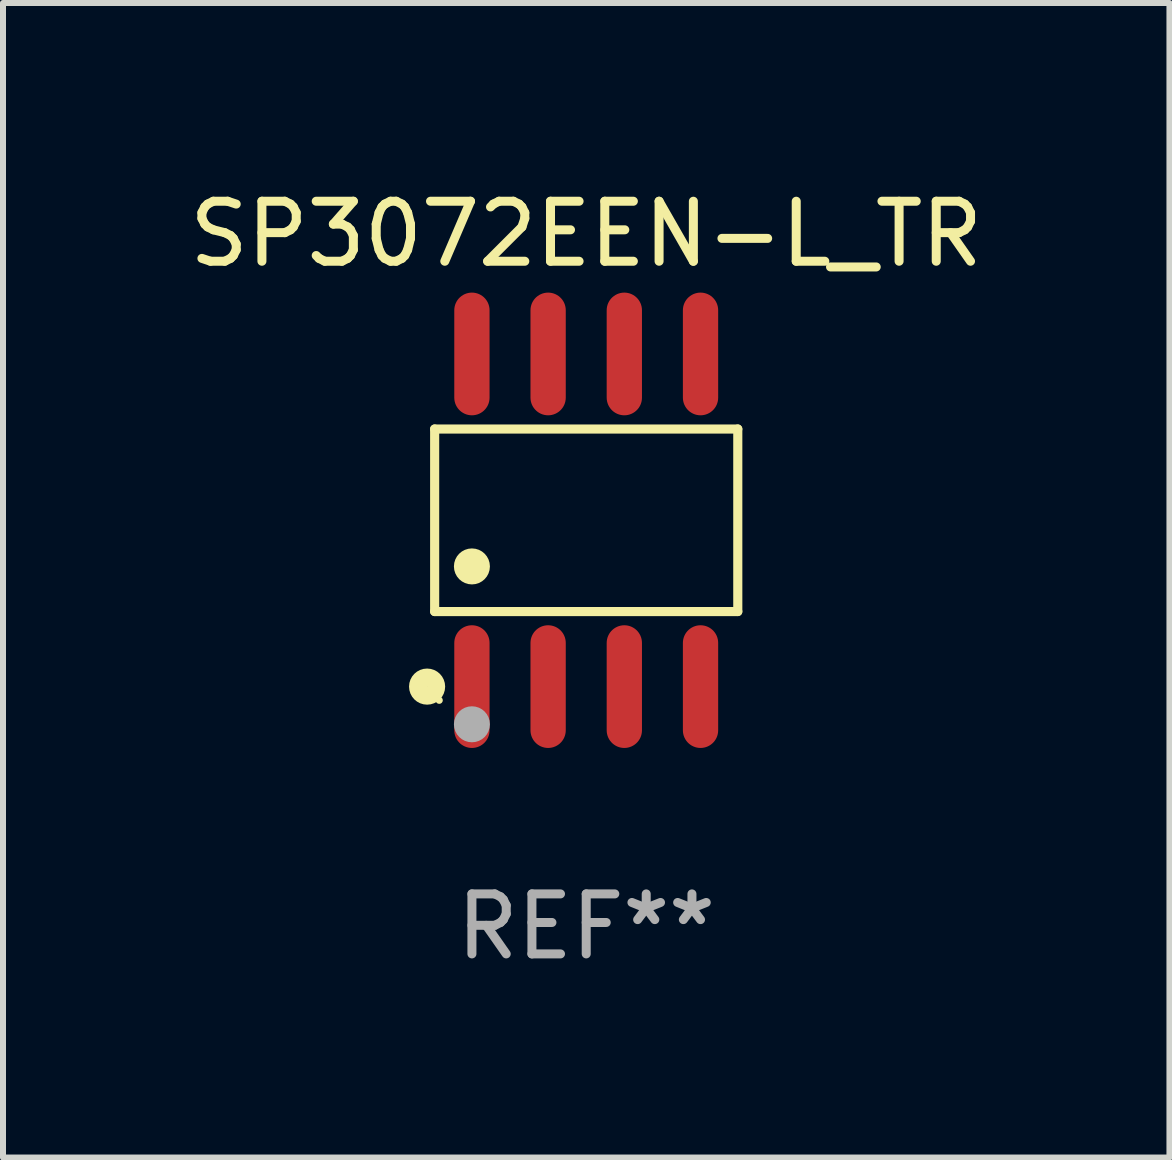
<source format=kicad_pcb>
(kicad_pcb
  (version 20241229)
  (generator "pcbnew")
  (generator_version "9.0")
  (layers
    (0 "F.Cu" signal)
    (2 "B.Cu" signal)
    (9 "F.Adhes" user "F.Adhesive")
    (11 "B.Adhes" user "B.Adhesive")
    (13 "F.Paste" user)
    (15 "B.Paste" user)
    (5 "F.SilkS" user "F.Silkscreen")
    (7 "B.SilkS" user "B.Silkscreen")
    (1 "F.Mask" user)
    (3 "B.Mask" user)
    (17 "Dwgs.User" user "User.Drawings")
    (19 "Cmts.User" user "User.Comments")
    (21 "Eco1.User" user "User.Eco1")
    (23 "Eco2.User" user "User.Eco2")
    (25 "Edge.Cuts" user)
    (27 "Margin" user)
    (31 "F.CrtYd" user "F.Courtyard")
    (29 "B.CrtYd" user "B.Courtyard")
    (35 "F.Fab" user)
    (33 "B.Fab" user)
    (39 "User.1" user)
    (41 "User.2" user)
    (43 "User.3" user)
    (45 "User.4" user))
  (footprint "SP3072EEN-L_TR"
    (layer "F.Cu")
    (at 6.72 5.621)
    (property "Reference" "SP3072EEN-L_TR" (at 0 -4.772 0) (layer "F.SilkS") (effects (font (size 1 1) (thickness 0.15))))
    (attr through_hole)
    (fp_line (start -2.526 -1.521) (end 2.526 -1.521) (stroke (width 0.152) (type solid)) (layer "F.SilkS"))
    (fp_line (start -2.526 1.521) (end -2.526 -1.521) (stroke (width 0.152) (type solid)) (layer "F.SilkS"))
    (fp_line (start 2.526 -1.521) (end 2.526 1.521) (stroke (width 0.152) (type solid)) (layer "F.SilkS"))
    (fp_line (start 2.526 1.521) (end -2.526 1.521) (stroke (width 0.152) (type solid)) (layer "F.SilkS"))
    (fp_circle (center -2.652 2.772) (end -2.501 2.772) (stroke (width 0.3) (type solid)) (fill no) (layer "F.SilkS"))
    (fp_circle (center -2.45 3) (end -2.42 3) (stroke (width 0.06) (type solid)) (fill no) (layer "F.SilkS"))
    (fp_circle (center -1.905 0.769) (end -1.755 0.769) (stroke (width 0.3) (type solid)) (fill no) (layer "F.SilkS"))
    (fp_circle (center -1.905 3.4) (end -1.755 3.4) (stroke (width 0.3) (type solid)) (fill no) (layer "F.Fab"))
    (fp_text user "REF**" (at 0 6.772 0) (layer "F.Fab") (effects (font (size 1 1) (thickness 0.15))))
    (pad "1" smd oval (at -1.905 2.772) (size 0.588 2.045) (layers "F.Cu" "F.Mask" "F.Paste"))
    (pad "2" smd oval (at -0.635 2.772) (size 0.588 2.045) (layers "F.Cu" "F.Mask" "F.Paste"))
    (pad "3" smd oval (at 0.635 2.772) (size 0.588 2.045) (layers "F.Cu" "F.Mask" "F.Paste"))
    (pad "4" smd oval (at 1.905 2.772) (size 0.588 2.045) (layers "F.Cu" "F.Mask" "F.Paste"))
    (pad "5" smd oval (at 1.905 -2.772) (size 0.588 2.045) (layers "F.Cu" "F.Mask" "F.Paste"))
    (pad "6" smd oval (at 0.635 -2.772) (size 0.588 2.045) (layers "F.Cu" "F.Mask" "F.Paste"))
    (pad "7" smd oval (at -0.635 -2.772) (size 0.588 2.045) (layers "F.Cu" "F.Mask" "F.Paste"))
    (pad "8" smd oval (at -1.905 -2.772) (size 0.588 2.045) (layers "F.Cu" "F.Mask" "F.Paste")))
  (gr_rect
    (start -3 -3)
    (end 16.44 16.241)
    (stroke (width 0.1) (type default))
    (fill no)
    (layer "Edge.Cuts")))
</source>
